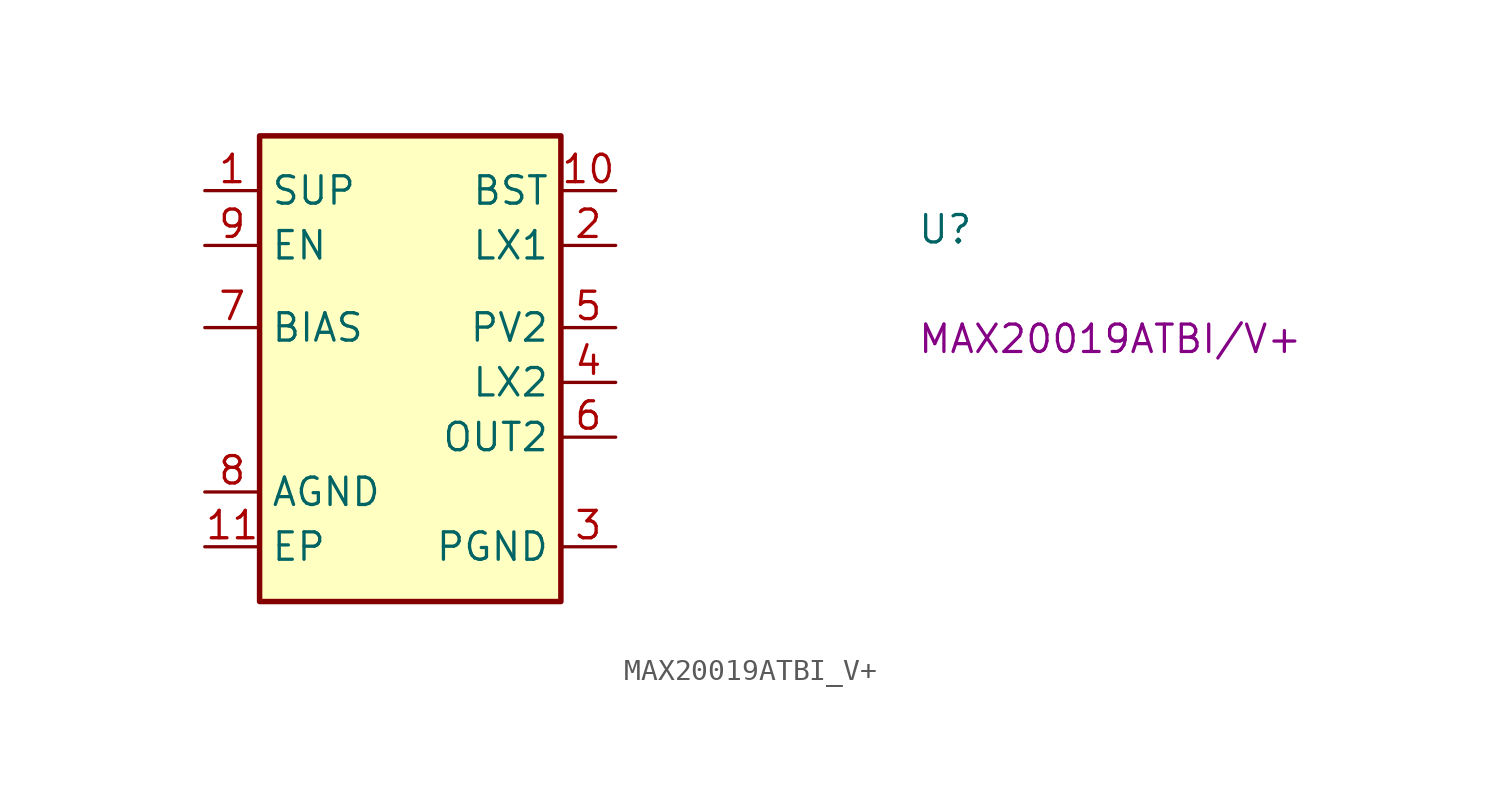
<source format=kicad_sym>
(kicad_symbol_lib
  (version 20220914)
  (generator kicad_symbol_editor)
  (symbol "MAX20019ATBI_V+"
    (property "Reference" "U"
      (at 33.02 -2.54 0)
      (effects (font (size 1.27 1.27) (thickness 0.15)) (justify left bottom)))
    (property "MPN" "MAX20019ATBI/V+"
      (at 33.02 -7.62 0)
      (effects (font (size 1.27 1.27) (thickness 0.15)) (justify left bottom)))
    (symbol "MAX20019ATBI_V+_1_1"
      (rectangle (start 2.54 2.54) (end 16.51 -19.05) (stroke (width 0.254) (type default)) (fill (type background)))
      (pin input line (at 0 0 0) (length 2.54) (name "SUP" (effects (font (size 1.27 1.27)))) (number "1" (effects (font (size 1.27 1.27)))))
      (pin unspecified line (at 19.05 0 180) (length 2.54) (name "BST" (effects (font (size 1.27 1.27)))) (number "10" (effects (font (size 1.27 1.27)))))
      (pin unspecified line (at 0 -16.51 0) (length 2.54) (name "EP" (effects (font (size 1.27 1.27)))) (number "11" (effects (font (size 1.27 1.27)))))
      (pin unspecified line (at 19.05 -2.54 180) (length 2.54) (name "LX1" (effects (font (size 1.27 1.27)))) (number "2" (effects (font (size 1.27 1.27)))))
      (pin power_in line (at 19.05 -16.51 180) (length 2.54) (name "PGND" (effects (font (size 1.27 1.27)))) (number "3" (effects (font (size 1.27 1.27)))))
      (pin unspecified line (at 19.05 -8.89 180) (length 2.54) (name "LX2" (effects (font (size 1.27 1.27)))) (number "4" (effects (font (size 1.27 1.27)))))
      (pin input line (at 19.05 -6.35 180) (length 2.54) (name "PV2" (effects (font (size 1.27 1.27)))) (number "5" (effects (font (size 1.27 1.27)))))
      (pin output line (at 19.05 -11.43 180) (length 2.54) (name "OUT2" (effects (font (size 1.27 1.27)))) (number "6" (effects (font (size 1.27 1.27)))))
      (pin output line (at 0 -6.35 0) (length 2.54) (name "BIAS" (effects (font (size 1.27 1.27)))) (number "7" (effects (font (size 1.27 1.27)))))
      (pin power_in line (at 0 -13.97 0) (length 2.54) (name "AGND" (effects (font (size 1.27 1.27)))) (number "8" (effects (font (size 1.27 1.27)))))
      (pin input line (at 0 -2.54 0) (length 2.54) (name "EN" (effects (font (size 1.27 1.27)))) (number "9" (effects (font (size 1.27 1.27))))))))
</source>
